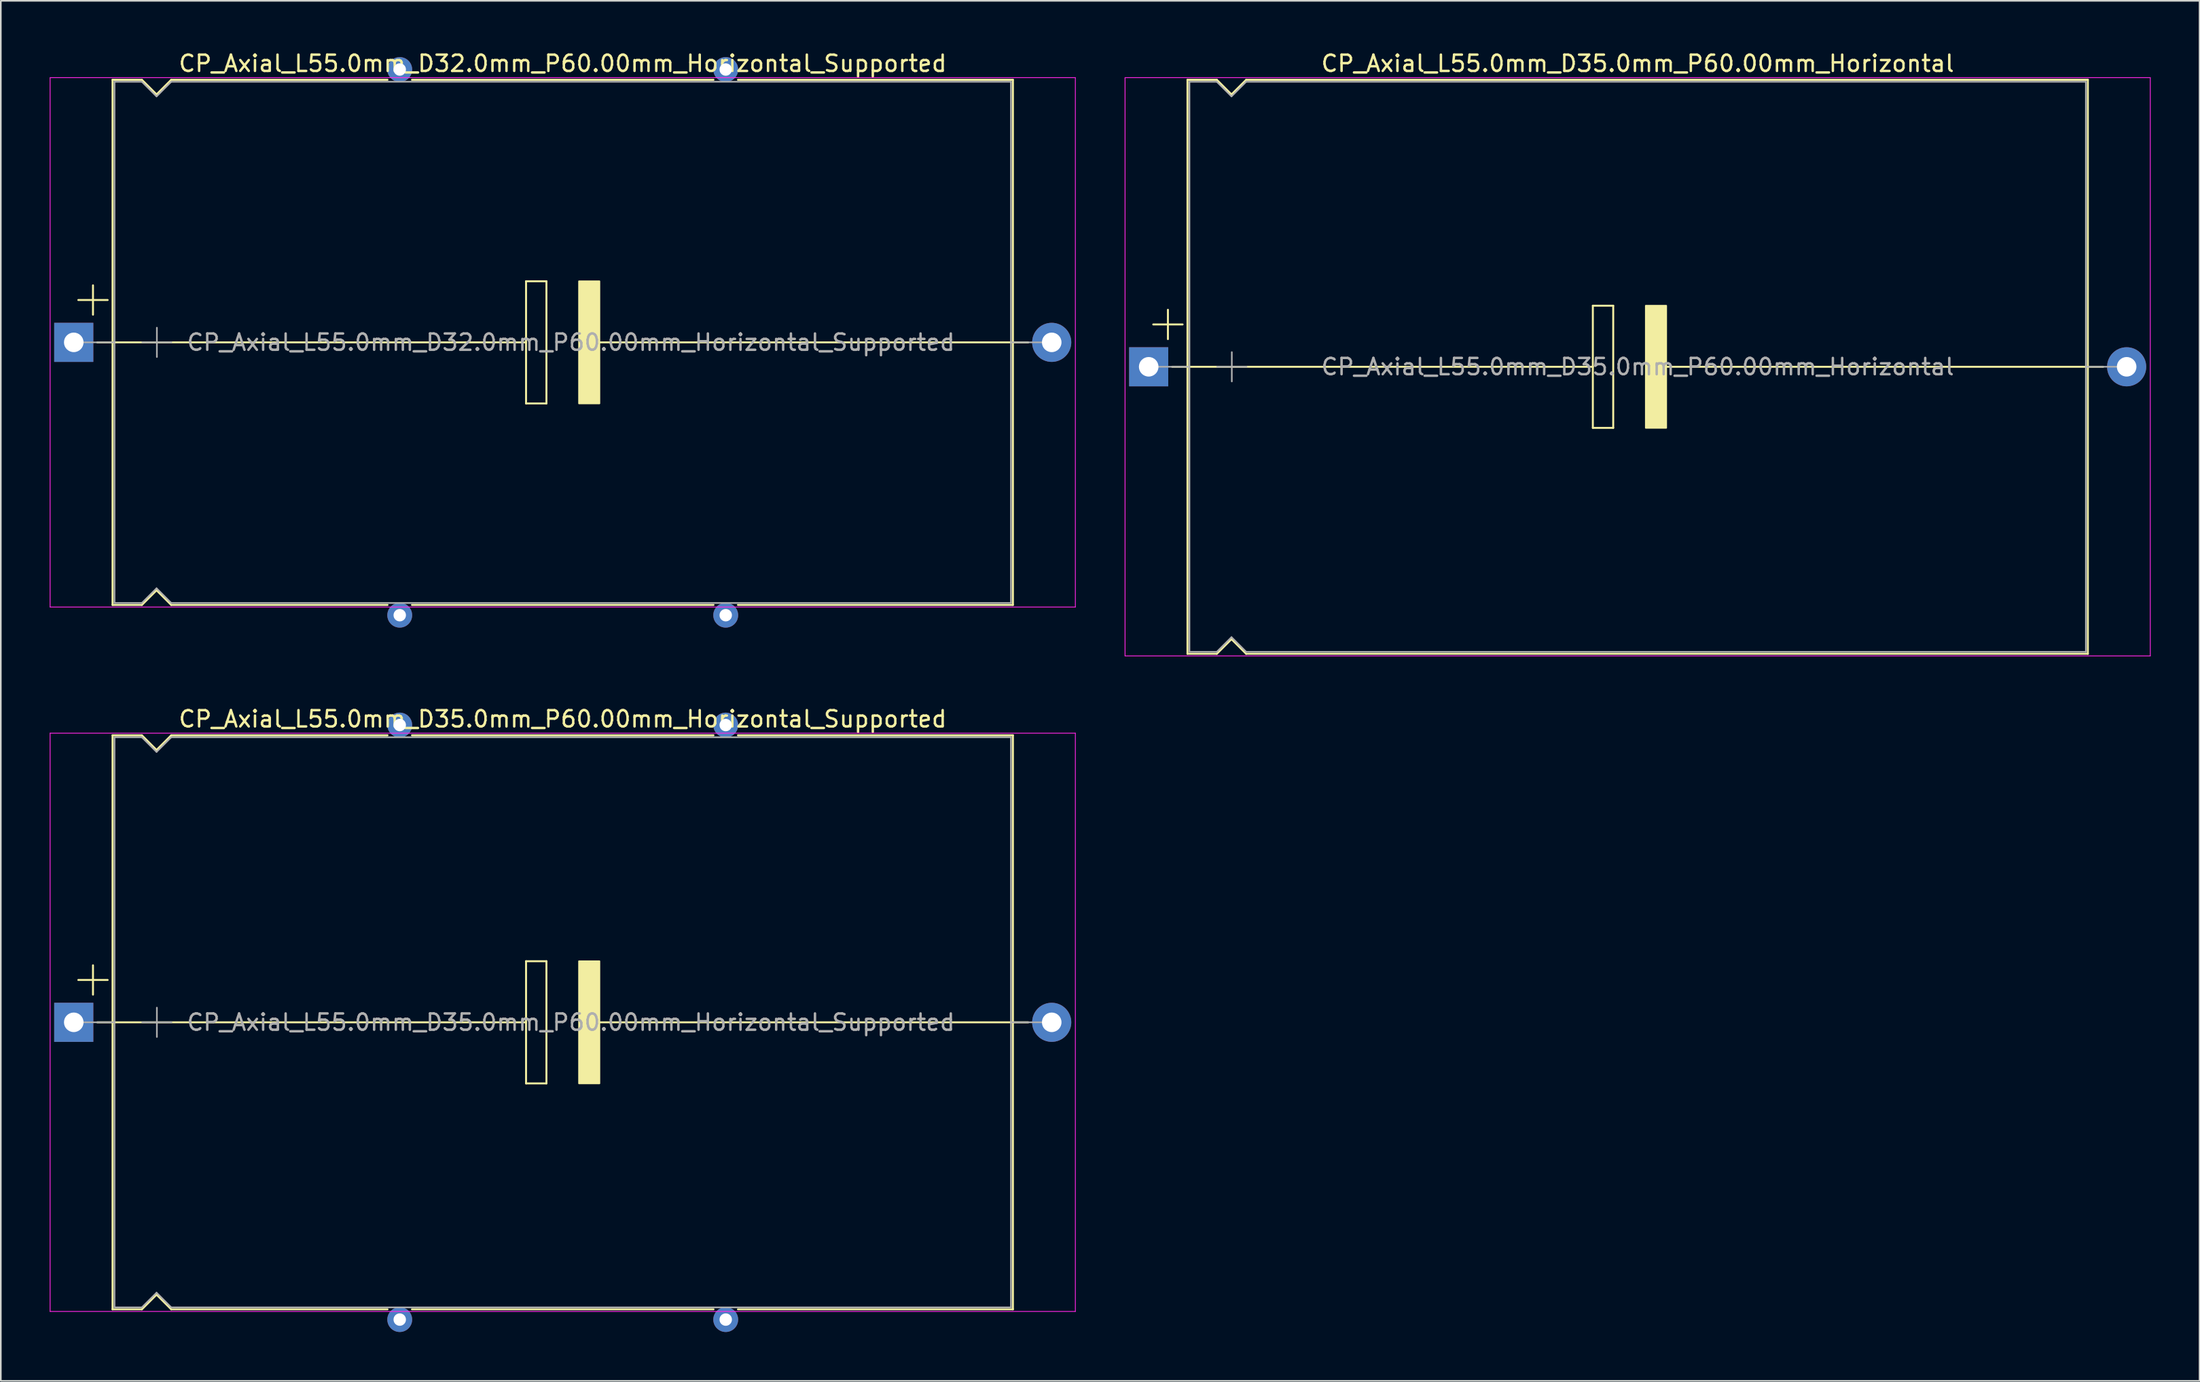
<source format=kicad_pcb>
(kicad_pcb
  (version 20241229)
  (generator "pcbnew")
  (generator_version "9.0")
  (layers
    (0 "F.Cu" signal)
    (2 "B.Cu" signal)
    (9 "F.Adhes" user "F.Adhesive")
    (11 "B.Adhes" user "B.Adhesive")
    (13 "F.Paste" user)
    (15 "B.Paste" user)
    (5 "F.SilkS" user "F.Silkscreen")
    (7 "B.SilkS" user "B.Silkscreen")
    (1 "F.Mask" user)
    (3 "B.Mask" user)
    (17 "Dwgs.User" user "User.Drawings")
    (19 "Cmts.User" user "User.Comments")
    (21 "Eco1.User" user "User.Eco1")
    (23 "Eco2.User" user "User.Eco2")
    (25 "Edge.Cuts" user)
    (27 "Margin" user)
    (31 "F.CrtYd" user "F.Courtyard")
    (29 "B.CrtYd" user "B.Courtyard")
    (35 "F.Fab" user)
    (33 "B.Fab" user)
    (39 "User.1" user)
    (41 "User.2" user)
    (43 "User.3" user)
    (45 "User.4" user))
  (footprint "CP_Axial_L55.0mm_D35.0mm_P60.00mm_Horizontal"
    (layer "F.Cu")
    (at 67.425 19.468)
    (property "Reference" "CP_Axial_L55.0mm_D35.0mm_P60.00mm_Horizontal" (at 30 -18.62 0) (layer "F.SilkS") (effects (font (size 1 1) (thickness 0.15))))
    (attr through_hole)
    (fp_line (start 0.28 -2.6) (end 2.08 -2.6) (stroke (width 0.12) (type solid)) (layer "F.SilkS"))
    (fp_line (start 1.18 -3.5) (end 1.18 -1.7) (stroke (width 0.12) (type solid)) (layer "F.SilkS"))
    (fp_line (start 1.44 0) (end 2.38 0) (stroke (width 0.12) (type solid)) (layer "F.SilkS"))
    (fp_line (start 2.38 -17.62) (end 2.38 17.62) (stroke (width 0.12) (type solid)) (layer "F.SilkS"))
    (fp_line (start 2.38 -17.62) (end 4.18 -17.62) (stroke (width 0.12) (type solid)) (layer "F.SilkS"))
    (fp_line (start 2.38 0) (end 27.25 0) (stroke (width 0.12) (type solid)) (layer "F.SilkS"))
    (fp_line (start 2.38 17.62) (end 4.18 17.62) (stroke (width 0.12) (type solid)) (layer "F.SilkS"))
    (fp_line (start 4.18 -17.62) (end 5.08 -16.72) (stroke (width 0.12) (type solid)) (layer "F.SilkS"))
    (fp_line (start 4.18 17.62) (end 5.08 16.72) (stroke (width 0.12) (type solid)) (layer "F.SilkS"))
    (fp_line (start 5.08 -16.72) (end 5.98 -17.62) (stroke (width 0.12) (type solid)) (layer "F.SilkS"))
    (fp_line (start 5.08 16.72) (end 5.98 17.62) (stroke (width 0.12) (type solid)) (layer "F.SilkS"))
    (fp_line (start 5.98 -17.62) (end 57.62 -17.62) (stroke (width 0.12) (type solid)) (layer "F.SilkS"))
    (fp_line (start 5.98 17.62) (end 57.62 17.62) (stroke (width 0.12) (type solid)) (layer "F.SilkS"))
    (fp_line (start 27.25 -3.75) (end 28.5 -3.75) (stroke (width 0.12) (type solid)) (layer "F.SilkS"))
    (fp_line (start 27.25 0) (end 27.25 -3.75) (stroke (width 0.12) (type solid)) (layer "F.SilkS"))
    (fp_line (start 27.25 3.75) (end 27.25 0) (stroke (width 0.12) (type solid)) (layer "F.SilkS"))
    (fp_line (start 28.5 -3.75) (end 28.5 3.75) (stroke (width 0.12) (type solid)) (layer "F.SilkS"))
    (fp_line (start 28.5 3.75) (end 27.25 3.75) (stroke (width 0.12) (type solid)) (layer "F.SilkS"))
    (fp_line (start 31.75 0) (end 57.62 0) (stroke (width 0.12) (type solid)) (layer "F.SilkS"))
    (fp_line (start 57.62 -17.62) (end 57.62 17.62) (stroke (width 0.12) (type solid)) (layer "F.SilkS"))
    (fp_line (start 58.56 0) (end 57.62 0) (stroke (width 0.12) (type solid)) (layer "F.SilkS"))
    (fp_poly (pts (xy 31.75 3.75) (xy 30.5 3.75) (xy 30.5 -3.75) (xy 31.75 -3.75)) (stroke (width 0.1) (type solid)) (fill yes) (layer "F.SilkS"))
    (fp_line (start -1.45 -17.75) (end -1.45 17.75) (stroke (width 0.05) (type solid)) (layer "F.CrtYd"))
    (fp_line (start -1.45 17.75) (end 61.45 17.75) (stroke (width 0.05) (type solid)) (layer "F.CrtYd"))
    (fp_line (start 61.45 -17.75) (end -1.45 -17.75) (stroke (width 0.05) (type solid)) (layer "F.CrtYd"))
    (fp_line (start 61.45 17.75) (end 61.45 -17.75) (stroke (width 0.05) (type solid)) (layer "F.CrtYd"))
    (fp_line (start 0 0) (end 2.5 0) (stroke (width 0.1) (type solid)) (layer "F.Fab"))
    (fp_line (start 2.5 -17.5) (end 2.5 17.5) (stroke (width 0.1) (type solid)) (layer "F.Fab"))
    (fp_line (start 2.5 -17.5) (end 4.18 -17.5) (stroke (width 0.1) (type solid)) (layer "F.Fab"))
    (fp_line (start 2.5 17.5) (end 4.18 17.5) (stroke (width 0.1) (type solid)) (layer "F.Fab"))
    (fp_line (start 4.18 -17.5) (end 5.08 -16.6) (stroke (width 0.1) (type solid)) (layer "F.Fab"))
    (fp_line (start 4.18 17.5) (end 5.08 16.6) (stroke (width 0.1) (type solid)) (layer "F.Fab"))
    (fp_line (start 4.2 0) (end 6 0) (stroke (width 0.1) (type solid)) (layer "F.Fab"))
    (fp_line (start 5.08 -16.6) (end 5.98 -17.5) (stroke (width 0.1) (type solid)) (layer "F.Fab"))
    (fp_line (start 5.08 16.6) (end 5.98 17.5) (stroke (width 0.1) (type solid)) (layer "F.Fab"))
    (fp_line (start 5.1 -0.9) (end 5.1 0.9) (stroke (width 0.1) (type solid)) (layer "F.Fab"))
    (fp_line (start 5.98 -17.5) (end 57.5 -17.5) (stroke (width 0.1) (type solid)) (layer "F.Fab"))
    (fp_line (start 5.98 17.5) (end 57.5 17.5) (stroke (width 0.1) (type solid)) (layer "F.Fab"))
    (fp_line (start 57.5 -17.5) (end 57.5 17.5) (stroke (width 0.1) (type solid)) (layer "F.Fab"))
    (fp_line (start 60 0) (end 57.5 0) (stroke (width 0.1) (type solid)) (layer "F.Fab"))
    (fp_text user "${REFERENCE}" (at 30 0 0) (layer "F.Fab") (effects (font (size 1 1) (thickness 0.15))))
    (pad "1" thru_hole rect (at 0 0) (size 2.4 2.4) (drill 1.2) (layers "*.Cu" "*.Mask"))
    (pad "2" thru_hole oval (at 60 0) (size 2.4 2.4) (drill 1.2) (layers "*.Cu" "*.Mask")))
  (footprint "CP_Axial_L55.0mm_D32.0mm_P60.00mm_Horizontal_Supported"
    (layer "F.Cu")
    (at 1.475 17.968)
    (property "Reference" "CP_Axial_L55.0mm_D32.0mm_P60.00mm_Horizontal_Supported" (at 30 -17.12 0) (layer "F.SilkS") (effects (font (size 1 1) (thickness 0.15))))
    (attr through_hole)
    (fp_line (start 0.28 -2.6) (end 2.08 -2.6) (stroke (width 0.12) (type solid)) (layer "F.SilkS"))
    (fp_line (start 1.18 -3.5) (end 1.18 -1.7) (stroke (width 0.12) (type solid)) (layer "F.SilkS"))
    (fp_line (start 1.44 0) (end 2.38 0) (stroke (width 0.12) (type solid)) (layer "F.SilkS"))
    (fp_line (start 2.38 -16.12) (end 2.38 16.12) (stroke (width 0.12) (type solid)) (layer "F.SilkS"))
    (fp_line (start 2.38 -16.12) (end 4.18 -16.12) (stroke (width 0.12) (type solid)) (layer "F.SilkS"))
    (fp_line (start 2.38 0) (end 27.75 0) (stroke (width 0.12) (type solid)) (layer "F.SilkS"))
    (fp_line (start 2.38 16.12) (end 4.18 16.12) (stroke (width 0.12) (type solid)) (layer "F.SilkS"))
    (fp_line (start 4.18 -16.12) (end 5.08 -15.22) (stroke (width 0.12) (type solid)) (layer "F.SilkS"))
    (fp_line (start 4.18 16.12) (end 5.08 15.22) (stroke (width 0.12) (type solid)) (layer "F.SilkS"))
    (fp_line (start 5.08 -15.22) (end 5.98 -16.12) (stroke (width 0.12) (type solid)) (layer "F.SilkS"))
    (fp_line (start 5.08 15.22) (end 5.98 16.12) (stroke (width 0.12) (type solid)) (layer "F.SilkS"))
    (fp_line (start 5.98 -16.12) (end 19.25 -16.12) (stroke (width 0.12) (type solid)) (layer "F.SilkS"))
    (fp_line (start 5.98 16.12) (end 19.25 16.12) (stroke (width 0.12) (type solid)) (layer "F.SilkS"))
    (fp_line (start 20.75 -16.12) (end 39.25 -16.12) (stroke (width 0.12) (type solid)) (layer "F.SilkS"))
    (fp_line (start 20.75 16.12) (end 39.25 16.12) (stroke (width 0.12) (type solid)) (layer "F.SilkS"))
    (fp_line (start 27.75 -3.75) (end 29 -3.75) (stroke (width 0.12) (type solid)) (layer "F.SilkS"))
    (fp_line (start 27.75 0) (end 27.75 -3.75) (stroke (width 0.12) (type solid)) (layer "F.SilkS"))
    (fp_line (start 27.75 3.75) (end 27.75 0) (stroke (width 0.12) (type solid)) (layer "F.SilkS"))
    (fp_line (start 29 -3.75) (end 29 3.75) (stroke (width 0.12) (type solid)) (layer "F.SilkS"))
    (fp_line (start 29 3.75) (end 27.75 3.75) (stroke (width 0.12) (type solid)) (layer "F.SilkS"))
    (fp_line (start 31.75 0) (end 57.62 0) (stroke (width 0.12) (type solid)) (layer "F.SilkS"))
    (fp_line (start 40.75 -16.12) (end 57.62 -16.12) (stroke (width 0.12) (type solid)) (layer "F.SilkS"))
    (fp_line (start 40.75 16.12) (end 57.62 16.12) (stroke (width 0.12) (type solid)) (layer "F.SilkS"))
    (fp_line (start 57.62 -16.12) (end 57.62 16.12) (stroke (width 0.12) (type solid)) (layer "F.SilkS"))
    (fp_line (start 58.56 0) (end 57.62 0) (stroke (width 0.12) (type solid)) (layer "F.SilkS"))
    (fp_poly (pts (xy 32.25 3.75) (xy 31 3.75) (xy 31 -3.75) (xy 32.25 -3.75)) (stroke (width 0.1) (type solid)) (fill yes) (layer "F.SilkS"))
    (fp_line (start -1.45 -16.25) (end -1.45 16.25) (stroke (width 0.05) (type solid)) (layer "F.CrtYd"))
    (fp_line (start -1.45 16.25) (end 61.45 16.25) (stroke (width 0.05) (type solid)) (layer "F.CrtYd"))
    (fp_line (start 61.45 -16.25) (end -1.45 -16.25) (stroke (width 0.05) (type solid)) (layer "F.CrtYd"))
    (fp_line (start 61.45 16.25) (end 61.45 -16.25) (stroke (width 0.05) (type solid)) (layer "F.CrtYd"))
    (fp_line (start 0 0) (end 2.5 0) (stroke (width 0.1) (type solid)) (layer "F.Fab"))
    (fp_line (start 2.5 -16) (end 2.5 16) (stroke (width 0.1) (type solid)) (layer "F.Fab"))
    (fp_line (start 2.5 -16) (end 4.18 -16) (stroke (width 0.1) (type solid)) (layer "F.Fab"))
    (fp_line (start 2.5 16) (end 4.18 16) (stroke (width 0.1) (type solid)) (layer "F.Fab"))
    (fp_line (start 4.18 -16) (end 5.08 -15.1) (stroke (width 0.1) (type solid)) (layer "F.Fab"))
    (fp_line (start 4.18 16) (end 5.08 15.1) (stroke (width 0.1) (type solid)) (layer "F.Fab"))
    (fp_line (start 4.2 0) (end 6 0) (stroke (width 0.1) (type solid)) (layer "F.Fab"))
    (fp_line (start 5.08 -15.1) (end 5.98 -16) (stroke (width 0.1) (type solid)) (layer "F.Fab"))
    (fp_line (start 5.08 15.1) (end 5.98 16) (stroke (width 0.1) (type solid)) (layer "F.Fab"))
    (fp_line (start 5.1 -0.9) (end 5.1 0.9) (stroke (width 0.1) (type solid)) (layer "F.Fab"))
    (fp_line (start 5.98 -16) (end 57.5 -16) (stroke (width 0.1) (type solid)) (layer "F.Fab"))
    (fp_line (start 5.98 16) (end 57.5 16) (stroke (width 0.1) (type solid)) (layer "F.Fab"))
    (fp_line (start 57.5 -16) (end 57.5 16) (stroke (width 0.1) (type solid)) (layer "F.Fab"))
    (fp_line (start 60 0) (end 57.5 0) (stroke (width 0.1) (type solid)) (layer "F.Fab"))
    (fp_text user "${REFERENCE}" (at 30.5 0 0) (layer "F.Fab") (effects (font (size 1 1) (thickness 0.15))))
    (pad "" thru_hole circle (at 20 -16.75) (size 1.524 1.524) (drill 0.762) (layers "*.Cu" "*.Mask"))
    (pad "" thru_hole circle (at 20 16.75) (size 1.524 1.524) (drill 0.762) (layers "*.Cu" "*.Mask"))
    (pad "" thru_hole circle (at 40 -16.75) (size 1.524 1.524) (drill 0.762) (layers "*.Cu" "*.Mask"))
    (pad "" thru_hole circle (at 40 16.75) (size 1.524 1.524) (drill 0.762) (layers "*.Cu" "*.Mask"))
    (pad "1" thru_hole rect (at 0 0) (size 2.4 2.4) (drill 1.2) (layers "*.Cu" "*.Mask"))
    (pad "2" thru_hole oval (at 60 0) (size 2.4 2.4) (drill 1.2) (layers "*.Cu" "*.Mask")))
  (footprint "CP_Axial_L55.0mm_D35.0mm_P60.00mm_Horizontal_Supported"
    (layer "F.Cu")
    (at 1.475 59.712)
    (property "Reference" "CP_Axial_L55.0mm_D35.0mm_P60.00mm_Horizontal_Supported" (at 30 -18.62 0) (layer "F.SilkS") (effects (font (size 1 1) (thickness 0.15))))
    (attr through_hole)
    (fp_line (start 0.28 -2.6) (end 2.08 -2.6) (stroke (width 0.12) (type solid)) (layer "F.SilkS"))
    (fp_line (start 1.18 -3.5) (end 1.18 -1.7) (stroke (width 0.12) (type solid)) (layer "F.SilkS"))
    (fp_line (start 1.44 0) (end 2.38 0) (stroke (width 0.12) (type solid)) (layer "F.SilkS"))
    (fp_line (start 2.38 -17.62) (end 2.38 17.62) (stroke (width 0.12) (type solid)) (layer "F.SilkS"))
    (fp_line (start 2.38 -17.62) (end 4.18 -17.62) (stroke (width 0.12) (type solid)) (layer "F.SilkS"))
    (fp_line (start 2.38 0) (end 27.75 0) (stroke (width 0.12) (type solid)) (layer "F.SilkS"))
    (fp_line (start 2.38 17.62) (end 4.18 17.62) (stroke (width 0.12) (type solid)) (layer "F.SilkS"))
    (fp_line (start 4.18 -17.62) (end 5.08 -16.72) (stroke (width 0.12) (type solid)) (layer "F.SilkS"))
    (fp_line (start 4.18 17.62) (end 5.08 16.72) (stroke (width 0.12) (type solid)) (layer "F.SilkS"))
    (fp_line (start 5.08 -16.72) (end 5.98 -17.62) (stroke (width 0.12) (type solid)) (layer "F.SilkS"))
    (fp_line (start 5.08 16.72) (end 5.98 17.62) (stroke (width 0.12) (type solid)) (layer "F.SilkS"))
    (fp_line (start 5.98 -17.62) (end 19.25 -17.62) (stroke (width 0.12) (type solid)) (layer "F.SilkS"))
    (fp_line (start 5.98 17.62) (end 19.25 17.62) (stroke (width 0.12) (type solid)) (layer "F.SilkS"))
    (fp_line (start 20.75 -17.62) (end 39.25 -17.62) (stroke (width 0.12) (type solid)) (layer "F.SilkS"))
    (fp_line (start 20.75 17.62) (end 39.25 17.62) (stroke (width 0.12) (type solid)) (layer "F.SilkS"))
    (fp_line (start 27.75 -3.75) (end 29 -3.75) (stroke (width 0.12) (type solid)) (layer "F.SilkS"))
    (fp_line (start 27.75 0) (end 27.75 -3.75) (stroke (width 0.12) (type solid)) (layer "F.SilkS"))
    (fp_line (start 27.75 3.75) (end 27.75 0) (stroke (width 0.12) (type solid)) (layer "F.SilkS"))
    (fp_line (start 29 -3.75) (end 29 3.75) (stroke (width 0.12) (type solid)) (layer "F.SilkS"))
    (fp_line (start 29 3.75) (end 27.75 3.75) (stroke (width 0.12) (type solid)) (layer "F.SilkS"))
    (fp_line (start 31.75 0) (end 57.62 0) (stroke (width 0.12) (type solid)) (layer "F.SilkS"))
    (fp_line (start 40.75 -17.62) (end 57.62 -17.62) (stroke (width 0.12) (type solid)) (layer "F.SilkS"))
    (fp_line (start 40.75 17.62) (end 57.62 17.62) (stroke (width 0.12) (type solid)) (layer "F.SilkS"))
    (fp_line (start 57.62 -17.62) (end 57.62 17.62) (stroke (width 0.12) (type solid)) (layer "F.SilkS"))
    (fp_line (start 58.56 0) (end 57.62 0) (stroke (width 0.12) (type solid)) (layer "F.SilkS"))
    (fp_poly (pts (xy 32.25 3.75) (xy 31 3.75) (xy 31 -3.75) (xy 32.25 -3.75)) (stroke (width 0.1) (type solid)) (fill yes) (layer "F.SilkS"))
    (fp_line (start -1.45 -17.75) (end -1.45 17.75) (stroke (width 0.05) (type solid)) (layer "F.CrtYd"))
    (fp_line (start -1.45 17.75) (end 61.45 17.75) (stroke (width 0.05) (type solid)) (layer "F.CrtYd"))
    (fp_line (start 61.45 -17.75) (end -1.45 -17.75) (stroke (width 0.05) (type solid)) (layer "F.CrtYd"))
    (fp_line (start 61.45 17.75) (end 61.45 -17.75) (stroke (width 0.05) (type solid)) (layer "F.CrtYd"))
    (fp_line (start 0 0) (end 2.5 0) (stroke (width 0.1) (type solid)) (layer "F.Fab"))
    (fp_line (start 2.5 -17.5) (end 2.5 17.5) (stroke (width 0.1) (type solid)) (layer "F.Fab"))
    (fp_line (start 2.5 -17.5) (end 4.18 -17.5) (stroke (width 0.1) (type solid)) (layer "F.Fab"))
    (fp_line (start 2.5 17.5) (end 4.18 17.5) (stroke (width 0.1) (type solid)) (layer "F.Fab"))
    (fp_line (start 4.18 -17.5) (end 5.08 -16.6) (stroke (width 0.1) (type solid)) (layer "F.Fab"))
    (fp_line (start 4.18 17.5) (end 5.08 16.6) (stroke (width 0.1) (type solid)) (layer "F.Fab"))
    (fp_line (start 4.2 0) (end 6 0) (stroke (width 0.1) (type solid)) (layer "F.Fab"))
    (fp_line (start 5.08 -16.6) (end 5.98 -17.5) (stroke (width 0.1) (type solid)) (layer "F.Fab"))
    (fp_line (start 5.08 16.6) (end 5.98 17.5) (stroke (width 0.1) (type solid)) (layer "F.Fab"))
    (fp_line (start 5.1 -0.9) (end 5.1 0.9) (stroke (width 0.1) (type solid)) (layer "F.Fab"))
    (fp_line (start 5.98 -17.5) (end 57.5 -17.5) (stroke (width 0.1) (type solid)) (layer "F.Fab"))
    (fp_line (start 5.98 17.5) (end 57.5 17.5) (stroke (width 0.1) (type solid)) (layer "F.Fab"))
    (fp_line (start 57.5 -17.5) (end 57.5 17.5) (stroke (width 0.1) (type solid)) (layer "F.Fab"))
    (fp_line (start 60 0) (end 57.5 0) (stroke (width 0.1) (type solid)) (layer "F.Fab"))
    (fp_text user "${REFERENCE}" (at 30.5 0 0) (layer "F.Fab") (effects (font (size 1 1) (thickness 0.15))))
    (pad "" thru_hole circle (at 20 -18.25) (size 1.524 1.524) (drill 0.762) (layers "*.Cu" "*.Mask"))
    (pad "" thru_hole circle (at 20 18.25) (size 1.524 1.524) (drill 0.762) (layers "*.Cu" "*.Mask"))
    (pad "" thru_hole circle (at 40 -18.25) (size 1.524 1.524) (drill 0.762) (layers "*.Cu" "*.Mask"))
    (pad "" thru_hole circle (at 40 18.25) (size 1.524 1.524) (drill 0.762) (layers "*.Cu" "*.Mask"))
    (pad "1" thru_hole rect (at 0 0) (size 2.4 2.4) (drill 1.2) (layers "*.Cu" "*.Mask"))
    (pad "2" thru_hole oval (at 60 0) (size 2.4 2.4) (drill 1.2) (layers "*.Cu" "*.Mask")))
  (gr_rect
    (start -3 -3)
    (end 131.9 81.724)
    (stroke (width 0.1) (type default))
    (fill no)
    (layer "Edge.Cuts")))
</source>
